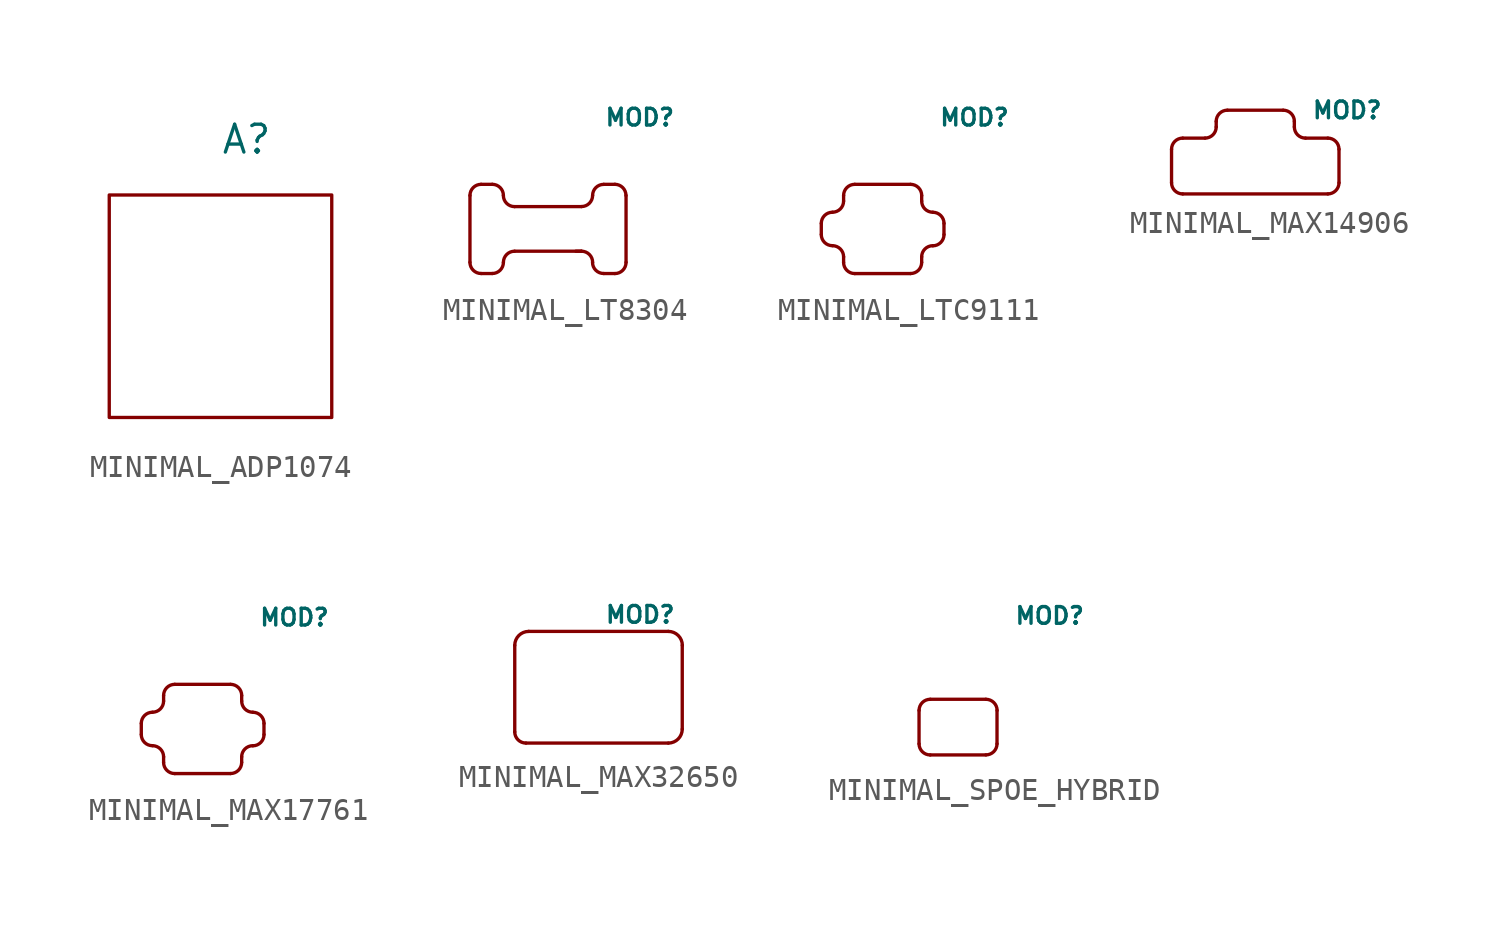
<source format=kicad_sym>
(kicad_symbol_lib
  (version 20241209)
  (generator "kicad_symbol_editor")
  (generator_version "9.0")
  (symbol "MINIMAL_ADP1074"
    (property "Reference" "A"
      (at 0 7.62 0)
      (effects (font (size 1.27 1.27)) (justify left)))
    (property "Value" ""
      (at 0 0 0)
      (effects (font (size 1.27 1.27))))
    (symbol "MINIMAL_ADP1074_0_1"
      (rectangle (start -5.08 5.08) (end 5.08 -5.08) (stroke (width 0) (type default)) (fill (type none)))))
  (symbol "MINIMAL_LT8304"
    (property "Reference" "MOD"
      (at 2.54 5.08 0)
      (effects (font (size 0.762 0.762)) (justify left)))
    (property "Value" ""
      (at 0 0 0)
      (effects (font (size 1.27 1.27))))
    (symbol "MINIMAL_LT8304_0_1"
      (polyline (pts (xy -3.556 1.524) (xy -3.556 -1.524)) (stroke (width 0) (type default)) (fill (type none)))
      (polyline (pts (xy -3.048 2.032) (xy -2.54 2.032)) (stroke (width 0) (type default)) (fill (type none)))
      (arc (start -3.556 1.524) (mid -3.4072 1.8832) (end -3.048 2.032) (stroke (width 0) (type default)) (fill (type none)))
      (arc (start -3.048 -2.032) (mid -3.4072 -1.8832) (end -3.556 -1.524) (stroke (width 0) (type default)) (fill (type none)))
      (polyline (pts (xy -3.048 -2.032) (xy -2.54 -2.032)) (stroke (width 0) (type default)) (fill (type none)))
      (arc (start -2.54 2.032) (mid -2.1808 1.8832) (end -2.032 1.524) (stroke (width 0) (type default)) (fill (type none)))
      (arc (start -2.032 -1.524) (mid -2.1808 -1.8832) (end -2.54 -2.032) (stroke (width 0) (type default)) (fill (type none)))
      (arc (start -1.524 1.016) (mid -1.8832 1.1648) (end -2.032 1.524) (stroke (width 0) (type default)) (fill (type none)))
      (polyline (pts (xy -1.524 -1.016) (xy 1.524 -1.016)) (stroke (width 0) (type default)) (fill (type none)))
      (arc (start -2.032 -1.524) (mid -1.8832 -1.1648) (end -1.524 -1.016) (stroke (width 0) (type default)) (fill (type none)))
      (polyline (pts (xy 1.27 -1.016) (xy 1.524 -1.016)) (stroke (width 0) (type default)) (fill (type none)))
      (arc (start 2.032 1.524) (mid 1.8832 1.1648) (end 1.524 1.016) (stroke (width 0) (type default)) (fill (type none)))
      (polyline (pts (xy 1.524 1.016) (xy -1.524 1.016)) (stroke (width 0) (type default)) (fill (type none)))
      (arc (start 1.524 -1.016) (mid 1.8832 -1.1648) (end 2.032 -1.524) (stroke (width 0) (type default)) (fill (type none)))
      (polyline (pts (xy 2.54 2.032) (xy 3.048 2.032)) (stroke (width 0) (type default)) (fill (type none)))
      (arc (start 2.032 1.524) (mid 2.1808 1.8832) (end 2.54 2.032) (stroke (width 0) (type default)) (fill (type none)))
      (arc (start 2.54 -2.032) (mid 2.1808 -1.8832) (end 2.032 -1.524) (stroke (width 0) (type default)) (fill (type none)))
      (polyline (pts (xy 2.54 -2.032) (xy 3.048 -2.032)) (stroke (width 0) (type default)) (fill (type none)))
      (arc (start 3.048 2.032) (mid 3.4072 1.8832) (end 3.556 1.524) (stroke (width 0) (type default)) (fill (type none)))
      (arc (start 3.556 -1.524) (mid 3.4072 -1.8832) (end 3.048 -2.032) (stroke (width 0) (type default)) (fill (type none)))
      (polyline (pts (xy 3.556 1.524) (xy 3.556 -1.524)) (stroke (width 0) (type default)) (fill (type none)))))
  (symbol "MINIMAL_LTC9111"
    (property "Reference" "MOD"
      (at 2.54 5.08 0)
      (effects (font (size 0.762 0.762)) (justify left)))
    (property "Value" ""
      (at 0 0 0)
      (effects (font (size 1.27 1.27))))
    (symbol "MINIMAL_LTC9111_0_1"
      (polyline (pts (xy -2.794 0.254) (xy -2.794 -0.254)) (stroke (width 0) (type default)) (fill (type none)))
      (arc (start -1.778 1.27) (mid -1.9268 0.9108) (end -2.286 0.762) (stroke (width 0) (type default)) (fill (type none)))
      (arc (start -2.794 0.254) (mid -2.6452 0.6132) (end -2.286 0.762) (stroke (width 0) (type default)) (fill (type none)))
      (arc (start -2.286 -0.762) (mid -2.6452 -0.6132) (end -2.794 -0.254) (stroke (width 0) (type default)) (fill (type none)))
      (arc (start -2.286 -0.762) (mid -1.9268 -0.9108) (end -1.778 -1.27) (stroke (width 0) (type default)) (fill (type none)))
      (polyline (pts (xy -1.778 1.524) (xy -1.778 1.27)) (stroke (width 0) (type default)) (fill (type none)))
      (polyline (pts (xy -1.778 -1.524) (xy -1.778 -1.27)) (stroke (width 0) (type default)) (fill (type none)))
      (arc (start -1.778 1.524) (mid -1.6296 1.8836) (end -1.27 2.032) (stroke (width 0) (type default)) (fill (type none)))
      (arc (start -1.27 -2.032) (mid -1.6292 -1.8832) (end -1.778 -1.524) (stroke (width 0) (type default)) (fill (type none)))
      (polyline (pts (xy -1.27 -2.032) (xy 1.27 -2.032)) (stroke (width 0) (type default)) (fill (type none)))
      (polyline (pts (xy 1.27 2.032) (xy -1.27 2.032)) (stroke (width 0) (type default)) (fill (type none)))
      (arc (start 1.27 2.032) (mid 1.6292 1.8832) (end 1.778 1.524) (stroke (width 0) (type default)) (fill (type none)))
      (arc (start 1.778 -1.524) (mid 1.6295 -1.8835) (end 1.27 -2.032) (stroke (width 0) (type default)) (fill (type none)))
      (polyline (pts (xy 1.778 1.524) (xy 1.778 1.27)) (stroke (width 0) (type default)) (fill (type none)))
      (polyline (pts (xy 1.778 -1.524) (xy 1.778 -1.27)) (stroke (width 0) (type default)) (fill (type none)))
      (arc (start 2.286 0.762) (mid 1.9268 0.9108) (end 1.778 1.27) (stroke (width 0) (type default)) (fill (type none)))
      (arc (start 2.796 -0.256) (mid 2.6466 -0.6146) (end 2.288 -0.764) (stroke (width 0) (type default)) (fill (type none)))
      (arc (start 1.778 -1.27) (mid 1.9268 -0.9108) (end 2.286 -0.762) (stroke (width 0) (type default)) (fill (type none)))
      (arc (start 2.288 0.76) (mid 2.6472 0.6112) (end 2.796 0.252) (stroke (width 0) (type default)) (fill (type none)))
      (polyline (pts (xy 2.794 0.254) (xy 2.794 -0.254)) (stroke (width 0) (type default)) (fill (type none)))))
  (symbol "MINIMAL_MAX14906"
    (property "Reference" "MOD"
      (at 2.54 2.54 0)
      (effects (font (size 0.762 0.762)) (justify left)))
    (property "Value" ""
      (at 0 0 0)
      (effects (font (size 1.27 1.27))))
    (symbol "MINIMAL_MAX14906_0_1"
      (polyline (pts (xy -3.81 -0.762) (xy -3.81 0.762)) (stroke (width 0) (type default)) (fill (type none)))
      (arc (start -3.81 0.762) (mid -3.6612 1.1212) (end -3.302 1.27) (stroke (width 0) (type default)) (fill (type none)))
      (arc (start -3.302 -1.27) (mid -3.6612 -1.1212) (end -3.81 -0.762) (stroke (width 0) (type default)) (fill (type none)))
      (arc (start -1.778 1.778) (mid -1.9268 1.4188) (end -2.286 1.27) (stroke (width 0) (type default)) (fill (type none)))
      (polyline (pts (xy -2.286 1.27) (xy -3.302 1.27)) (stroke (width 0) (type default)) (fill (type none)))
      (polyline (pts (xy -1.778 2.032) (xy -1.778 1.778)) (stroke (width 0) (type default)) (fill (type none)))
      (polyline (pts (xy -1.27 2.54) (xy 1.27 2.54)) (stroke (width 0) (type default)) (fill (type none)))
      (arc (start -1.778 2.032) (mid -1.6292 2.3912) (end -1.27 2.54) (stroke (width 0) (type default)) (fill (type none)))
      (arc (start 1.27 2.54) (mid 1.6292 2.3912) (end 1.778 2.032) (stroke (width 0) (type default)) (fill (type none)))
      (polyline (pts (xy 1.778 2.032) (xy 1.778 1.778)) (stroke (width 0) (type default)) (fill (type none)))
      (arc (start 2.286 1.27) (mid 1.9268 1.4188) (end 1.778 1.778) (stroke (width 0) (type default)) (fill (type none)))
      (polyline (pts (xy 2.286 1.27) (xy 3.302 1.27)) (stroke (width 0) (type default)) (fill (type none)))
      (arc (start 3.302 1.27) (mid 3.6606 1.1206) (end 3.81 0.762) (stroke (width 0) (type default)) (fill (type none)))
      (arc (start 3.81 -0.762) (mid 3.6606 -1.1206) (end 3.302 -1.27) (stroke (width 0) (type default)) (fill (type none)))
      (polyline (pts (xy 3.302 -1.27) (xy -3.302 -1.27)) (stroke (width 0) (type default)) (fill (type none)))
      (polyline (pts (xy 3.81 -0.762) (xy 3.81 0.762)) (stroke (width 0) (type default)) (fill (type none)))))
  (symbol "MINIMAL_MAX17761"
    (property "Reference" "MOD"
      (at 2.54 5.08 0)
      (effects (font (size 0.762 0.762)) (justify left)))
    (property "Value" ""
      (at 0 0 0)
      (effects (font (size 1.27 1.27))))
    (symbol "MINIMAL_MAX17761_0_1"
      (polyline (pts (xy -2.794 0.254) (xy -2.794 -0.254)) (stroke (width 0) (type default)) (fill (type none)))
      (arc (start -1.778 1.27) (mid -1.9268 0.9108) (end -2.286 0.762) (stroke (width 0) (type default)) (fill (type none)))
      (arc (start -2.794 0.254) (mid -2.6452 0.6132) (end -2.286 0.762) (stroke (width 0) (type default)) (fill (type none)))
      (arc (start -2.286 -0.762) (mid -2.6452 -0.6132) (end -2.794 -0.254) (stroke (width 0) (type default)) (fill (type none)))
      (arc (start -2.286 -0.762) (mid -1.9268 -0.9108) (end -1.778 -1.27) (stroke (width 0) (type default)) (fill (type none)))
      (polyline (pts (xy -1.778 1.524) (xy -1.778 1.27)) (stroke (width 0) (type default)) (fill (type none)))
      (polyline (pts (xy -1.778 -1.524) (xy -1.778 -1.27)) (stroke (width 0) (type default)) (fill (type none)))
      (arc (start -1.778 1.524) (mid -1.6296 1.8836) (end -1.27 2.032) (stroke (width 0) (type default)) (fill (type none)))
      (arc (start -1.27 -2.032) (mid -1.6292 -1.8832) (end -1.778 -1.524) (stroke (width 0) (type default)) (fill (type none)))
      (polyline (pts (xy -1.27 -2.032) (xy 1.27 -2.032)) (stroke (width 0) (type default)) (fill (type none)))
      (polyline (pts (xy 1.27 2.032) (xy -1.27 2.032)) (stroke (width 0) (type default)) (fill (type none)))
      (arc (start 1.27 2.032) (mid 1.6292 1.8832) (end 1.778 1.524) (stroke (width 0) (type default)) (fill (type none)))
      (arc (start 1.778 -1.524) (mid 1.6295 -1.8835) (end 1.27 -2.032) (stroke (width 0) (type default)) (fill (type none)))
      (polyline (pts (xy 1.778 1.524) (xy 1.778 1.27)) (stroke (width 0) (type default)) (fill (type none)))
      (polyline (pts (xy 1.778 -1.524) (xy 1.778 -1.27)) (stroke (width 0) (type default)) (fill (type none)))
      (arc (start 2.286 0.762) (mid 1.9268 0.9108) (end 1.778 1.27) (stroke (width 0) (type default)) (fill (type none)))
      (arc (start 2.796 -0.256) (mid 2.6466 -0.6146) (end 2.288 -0.764) (stroke (width 0) (type default)) (fill (type none)))
      (arc (start 1.778 -1.27) (mid 1.9268 -0.9108) (end 2.286 -0.762) (stroke (width 0) (type default)) (fill (type none)))
      (arc (start 2.288 0.76) (mid 2.6472 0.6112) (end 2.796 0.252) (stroke (width 0) (type default)) (fill (type none)))
      (polyline (pts (xy 2.794 0.254) (xy 2.794 -0.254)) (stroke (width 0) (type default)) (fill (type none)))))
  (symbol "MINIMAL_MAX32650"
    (property "Reference" "MOD"
      (at 0.254 3.302 0)
      (effects (font (size 0.762 0.762)) (justify left)))
    (property "Value" ""
      (at 0 0 0)
      (effects (font (size 1.27 1.27))))
    (symbol "MINIMAL_MAX32650_0_1"
      (polyline (pts (xy -3.81 -2.032) (xy -3.81 1.905)) (stroke (width 0) (type default)) (fill (type none)))
      (arc (start -3.302 -2.54) (mid -3.6612 -2.3912) (end -3.81 -2.032) (stroke (width 0) (type default)) (fill (type none)))
      (polyline (pts (xy -3.175 2.54) (xy 3.175 2.54)) (stroke (width 0) (type default)) (fill (type none)))
      (arc (start -3.81 1.905) (mid -3.624 2.354) (end -3.175 2.54) (stroke (width 0) (type default)) (fill (type none)))
      (arc (start 3.81 -1.905) (mid 3.6247 -2.3539) (end 3.177 -2.542) (stroke (width 0) (type default)) (fill (type none)))
      (arc (start 3.175 2.54) (mid 3.624 2.354) (end 3.81 1.905) (stroke (width 0) (type default)) (fill (type none)))
      (polyline (pts (xy 3.175 -2.54) (xy -3.302 -2.54)) (stroke (width 0) (type default)) (fill (type none)))
      (polyline (pts (xy 3.81 -1.905) (xy 3.81 1.905)) (stroke (width 0) (type default)) (fill (type none)))))
  (symbol "MINIMAL_SPOE_HYBRID"
    (property "Reference" "MOD"
      (at 2.54 5.08 0)
      (effects (font (size 0.762 0.762)) (justify left)))
    (property "Value" ""
      (at 0 0 0)
      (effects (font (size 1.27 1.27))))
    (symbol "MINIMAL_SPOE_HYBRID_0_1"
      (polyline (pts (xy -1.778 0.762) (xy -1.778 -0.762)) (stroke (width 0) (type default)) (fill (type none)))
      (arc (start -1.7767 0.7607) (mid -1.6283 1.1203) (end -1.2687 1.2687) (stroke (width 0) (type default)) (fill (type none)))
      (arc (start -1.27 -1.27) (mid -1.6292 -1.1212) (end -1.778 -0.762) (stroke (width 0) (type default)) (fill (type none)))
      (polyline (pts (xy -1.27 -1.27) (xy 1.27 -1.27)) (stroke (width 0) (type default)) (fill (type none)))
      (arc (start 1.2713 1.2687) (mid 1.6302 1.1198) (end 1.7793 0.7607) (stroke (width 0) (type default)) (fill (type none)))
      (arc (start 1.778 -0.762) (mid 1.6295 -1.1215) (end 1.27 -1.27) (stroke (width 0) (type default)) (fill (type none)))
      (polyline (pts (xy 1.271 1.269) (xy -1.269 1.269)) (stroke (width 0) (type default)) (fill (type none)))
      (polyline (pts (xy 1.778 0.762) (xy 1.778 -0.762)) (stroke (width 0) (type default)) (fill (type none))))))
</source>
